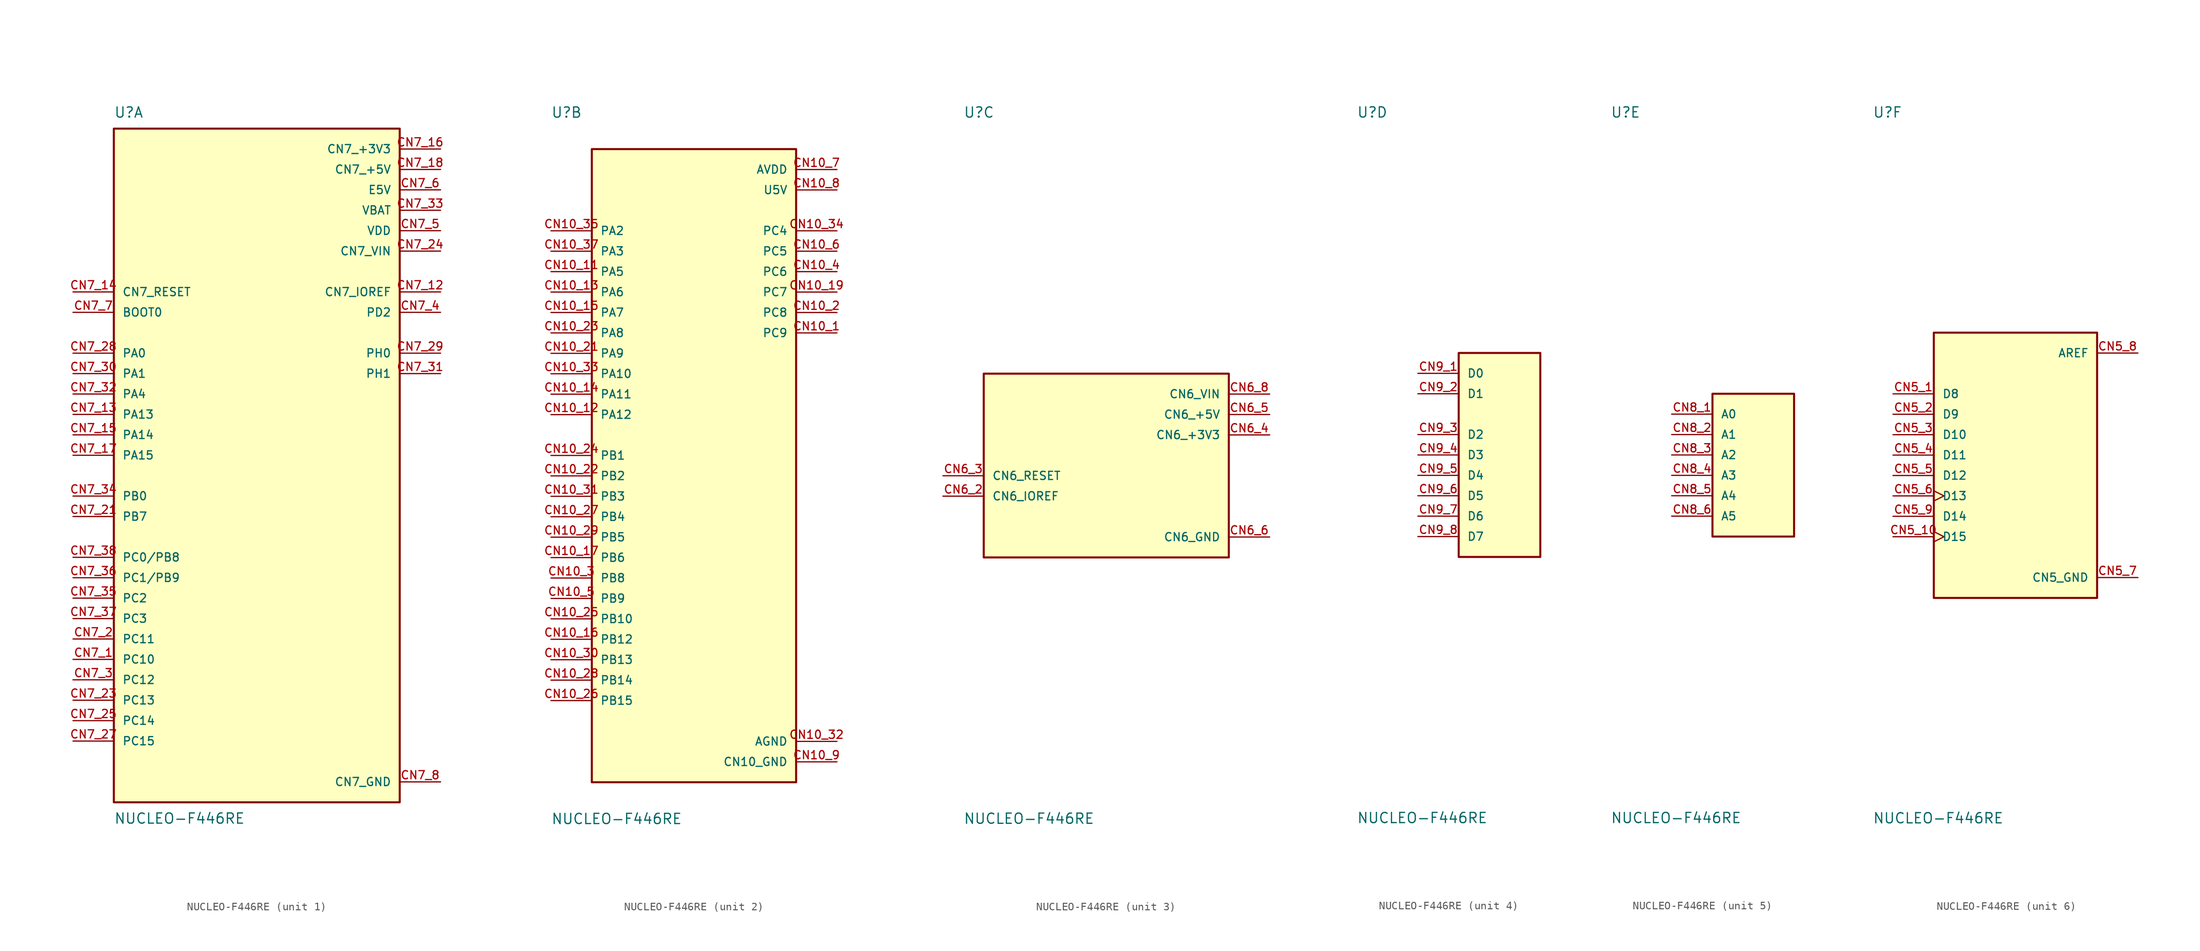
<source format=kicad_sym>
(kicad_symbol_lib
  (version 20241209)
  (generator "kicad_symbol_editor")
  (generator_version "9.0")
  (symbol "NUCLEO-F446RE"
    (pin_names
      (offset 1.016))
    (property "Reference" "U"
      (at -17.78 41.91 0)
      (effects (font (size 1.27 1.27)) (justify left bottom)))
    (property "Value" "NUCLEO-F446RE"
      (at -17.78 -44.45 0)
      (effects (font (size 1.27 1.27)) (justify left top)))
    (symbol "NUCLEO-F446RE_1_0"
      (rectangle (start -17.78 40.64) (end 17.78 -43.18) (stroke (width 0.254) (type default)) (fill (type background)))
      (pin bidirectional line (at -22.86 20.32 0) (length 5.08) (name "CN7_RESET" (effects (font (size 1.016 1.016)))) (number "CN7_14" (effects (font (size 1.016 1.016)))))
      (pin bidirectional line (at -22.86 17.78 0) (length 5.08) (name "BOOT0" (effects (font (size 1.016 1.016)))) (number "CN7_7" (effects (font (size 1.016 1.016)))))
      (pin bidirectional line (at -22.86 12.7 0) (length 5.08) (name "PA0" (effects (font (size 1.016 1.016)))) (number "CN7_28" (effects (font (size 1.016 1.016)))))
      (pin bidirectional line (at -22.86 10.16 0) (length 5.08) (name "PA1" (effects (font (size 1.016 1.016)))) (number "CN7_30" (effects (font (size 1.016 1.016)))))
      (pin bidirectional line (at -22.86 7.62 0) (length 5.08) (name "PA4" (effects (font (size 1.016 1.016)))) (number "CN7_32" (effects (font (size 1.016 1.016)))))
      (pin bidirectional line (at -22.86 5.08 0) (length 5.08) (name "PA13" (effects (font (size 1.016 1.016)))) (number "CN7_13" (effects (font (size 1.016 1.016)))))
      (pin bidirectional line (at -22.86 2.54 0) (length 5.08) (name "PA14" (effects (font (size 1.016 1.016)))) (number "CN7_15" (effects (font (size 1.016 1.016)))))
      (pin bidirectional line (at -22.86 0 0) (length 5.08) (name "PA15" (effects (font (size 1.016 1.016)))) (number "CN7_17" (effects (font (size 1.016 1.016)))))
      (pin bidirectional line (at -22.86 -5.08 0) (length 5.08) (name "PB0" (effects (font (size 1.016 1.016)))) (number "CN7_34" (effects (font (size 1.016 1.016)))))
      (pin bidirectional line (at -22.86 -7.62 0) (length 5.08) (name "PB7" (effects (font (size 1.016 1.016)))) (number "CN7_21" (effects (font (size 1.016 1.016)))))
      (pin bidirectional line (at -22.86 -12.7 0) (length 5.08) (name "PC0/PB8" (effects (font (size 1.016 1.016)))) (number "CN7_38" (effects (font (size 1.016 1.016)))))
      (pin bidirectional line (at -22.86 -15.24 0) (length 5.08) (name "PC1/PB9" (effects (font (size 1.016 1.016)))) (number "CN7_36" (effects (font (size 1.016 1.016)))))
      (pin bidirectional line (at -22.86 -17.78 0) (length 5.08) (name "PC2" (effects (font (size 1.016 1.016)))) (number "CN7_35" (effects (font (size 1.016 1.016)))))
      (pin bidirectional line (at -22.86 -20.32 0) (length 5.08) (name "PC3" (effects (font (size 1.016 1.016)))) (number "CN7_37" (effects (font (size 1.016 1.016)))))
      (pin bidirectional line (at -22.86 -22.86 0) (length 5.08) (name "PC11" (effects (font (size 1.016 1.016)))) (number "CN7_2" (effects (font (size 1.016 1.016)))))
      (pin bidirectional line (at -22.86 -25.4 0) (length 5.08) (name "PC10" (effects (font (size 1.016 1.016)))) (number "CN7_1" (effects (font (size 1.016 1.016)))))
      (pin bidirectional line (at -22.86 -27.94 0) (length 5.08) (name "PC12" (effects (font (size 1.016 1.016)))) (number "CN7_3" (effects (font (size 1.016 1.016)))))
      (pin bidirectional line (at -22.86 -30.48 0) (length 5.08) (name "PC13" (effects (font (size 1.016 1.016)))) (number "CN7_23" (effects (font (size 1.016 1.016)))))
      (pin bidirectional line (at -22.86 -33.02 0) (length 5.08) (name "PC14" (effects (font (size 1.016 1.016)))) (number "CN7_25" (effects (font (size 1.016 1.016)))))
      (pin bidirectional line (at -22.86 -35.56 0) (length 5.08) (name "PC15" (effects (font (size 1.016 1.016)))) (number "CN7_27" (effects (font (size 1.016 1.016)))))
      (pin power_in line (at 22.86 38.1 180) (length 5.08) (name "CN7_+3V3" (effects (font (size 1.016 1.016)))) (number "CN7_16" (effects (font (size 1.016 1.016)))))
      (pin power_in line (at 22.86 35.56 180) (length 5.08) (name "CN7_+5V" (effects (font (size 1.016 1.016)))) (number "CN7_18" (effects (font (size 1.016 1.016)))))
      (pin power_in line (at 22.86 33.02 180) (length 5.08) (name "E5V" (effects (font (size 1.016 1.016)))) (number "CN7_6" (effects (font (size 1.016 1.016)))))
      (pin power_in line (at 22.86 30.48 180) (length 5.08) (name "VBAT" (effects (font (size 1.016 1.016)))) (number "CN7_33" (effects (font (size 1.016 1.016)))))
      (pin power_in line (at 22.86 27.94 180) (length 5.08) (name "VDD" (effects (font (size 1.016 1.016)))) (number "CN7_5" (effects (font (size 1.016 1.016)))))
      (pin power_in line (at 22.86 25.4 180) (length 5.08) (name "CN7_VIN" (effects (font (size 1.016 1.016)))) (number "CN7_24" (effects (font (size 1.016 1.016)))))
      (pin bidirectional line (at 22.86 20.32 180) (length 5.08) (name "CN7_IOREF" (effects (font (size 1.016 1.016)))) (number "CN7_12" (effects (font (size 1.016 1.016)))))
      (pin bidirectional line (at 22.86 17.78 180) (length 5.08) (name "PD2" (effects (font (size 1.016 1.016)))) (number "CN7_4" (effects (font (size 1.016 1.016)))))
      (pin bidirectional line (at 22.86 12.7 180) (length 5.08) (name "PH0" (effects (font (size 1.016 1.016)))) (number "CN7_29" (effects (font (size 1.016 1.016)))))
      (pin bidirectional line (at 22.86 10.16 180) (length 5.08) (name "PH1" (effects (font (size 1.016 1.016)))) (number "CN7_31" (effects (font (size 1.016 1.016)))))
      (pin power_in line (at 22.86 -40.64 180) (length 5.08) (hide yes) (name "CN7_GND" (effects (font (size 1.016 1.016)))) (number "CN7_19" (effects (font (size 1.016 1.016)))))
      (pin power_in line (at 22.86 -40.64 180) (length 5.08) (hide yes) (name "CN7_GND" (effects (font (size 1.016 1.016)))) (number "CN7_20" (effects (font (size 1.016 1.016)))))
      (pin power_in line (at 22.86 -40.64 180) (length 5.08) (hide yes) (name "CN7_GND" (effects (font (size 1.016 1.016)))) (number "CN7_22" (effects (font (size 1.016 1.016)))))
      (pin power_in line (at 22.86 -40.64 180) (length 5.08) (name "CN7_GND" (effects (font (size 1.016 1.016)))) (number "CN7_8" (effects (font (size 1.016 1.016))))))
    (symbol "NUCLEO-F446RE_2_0"
      (rectangle (start -12.7 -40.64) (end 12.7 38.1) (stroke (width 0.254) (type default)) (fill (type background)))
      (pin bidirectional line (at -17.78 27.94 0) (length 5.08) (name "PA2" (effects (font (size 1.016 1.016)))) (number "CN10_35" (effects (font (size 1.016 1.016)))))
      (pin bidirectional line (at -17.78 25.4 0) (length 5.08) (name "PA3" (effects (font (size 1.016 1.016)))) (number "CN10_37" (effects (font (size 1.016 1.016)))))
      (pin bidirectional line (at -17.78 22.86 0) (length 5.08) (name "PA5" (effects (font (size 1.016 1.016)))) (number "CN10_11" (effects (font (size 1.016 1.016)))))
      (pin bidirectional line (at -17.78 20.32 0) (length 5.08) (name "PA6" (effects (font (size 1.016 1.016)))) (number "CN10_13" (effects (font (size 1.016 1.016)))))
      (pin bidirectional line (at -17.78 17.78 0) (length 5.08) (name "PA7" (effects (font (size 1.016 1.016)))) (number "CN10_15" (effects (font (size 1.016 1.016)))))
      (pin bidirectional line (at -17.78 15.24 0) (length 5.08) (name "PA8" (effects (font (size 1.016 1.016)))) (number "CN10_23" (effects (font (size 1.016 1.016)))))
      (pin bidirectional line (at -17.78 12.7 0) (length 5.08) (name "PA9" (effects (font (size 1.016 1.016)))) (number "CN10_21" (effects (font (size 1.016 1.016)))))
      (pin bidirectional line (at -17.78 10.16 0) (length 5.08) (name "PA10" (effects (font (size 1.016 1.016)))) (number "CN10_33" (effects (font (size 1.016 1.016)))))
      (pin bidirectional line (at -17.78 7.62 0) (length 5.08) (name "PA11" (effects (font (size 1.016 1.016)))) (number "CN10_14" (effects (font (size 1.016 1.016)))))
      (pin bidirectional line (at -17.78 5.08 0) (length 5.08) (name "PA12" (effects (font (size 1.016 1.016)))) (number "CN10_12" (effects (font (size 1.016 1.016)))))
      (pin bidirectional line (at -17.78 0 0) (length 5.08) (name "PB1" (effects (font (size 1.016 1.016)))) (number "CN10_24" (effects (font (size 1.016 1.016)))))
      (pin bidirectional line (at -17.78 -2.54 0) (length 5.08) (name "PB2" (effects (font (size 1.016 1.016)))) (number "CN10_22" (effects (font (size 1.016 1.016)))))
      (pin bidirectional line (at -17.78 -5.08 0) (length 5.08) (name "PB3" (effects (font (size 1.016 1.016)))) (number "CN10_31" (effects (font (size 1.016 1.016)))))
      (pin bidirectional line (at -17.78 -7.62 0) (length 5.08) (name "PB4" (effects (font (size 1.016 1.016)))) (number "CN10_27" (effects (font (size 1.016 1.016)))))
      (pin bidirectional line (at -17.78 -10.16 0) (length 5.08) (name "PB5" (effects (font (size 1.016 1.016)))) (number "CN10_29" (effects (font (size 1.016 1.016)))))
      (pin bidirectional line (at -17.78 -12.7 0) (length 5.08) (name "PB6" (effects (font (size 1.016 1.016)))) (number "CN10_17" (effects (font (size 1.016 1.016)))))
      (pin bidirectional line (at -17.78 -15.24 0) (length 5.08) (name "PB8" (effects (font (size 1.016 1.016)))) (number "CN10_3" (effects (font (size 1.016 1.016)))))
      (pin bidirectional line (at -17.78 -17.78 0) (length 5.08) (name "PB9" (effects (font (size 1.016 1.016)))) (number "CN10_5" (effects (font (size 1.016 1.016)))))
      (pin bidirectional line (at -17.78 -20.32 0) (length 5.08) (name "PB10" (effects (font (size 1.016 1.016)))) (number "CN10_25" (effects (font (size 1.016 1.016)))))
      (pin bidirectional line (at -17.78 -22.86 0) (length 5.08) (name "PB12" (effects (font (size 1.016 1.016)))) (number "CN10_16" (effects (font (size 1.016 1.016)))))
      (pin bidirectional line (at -17.78 -25.4 0) (length 5.08) (name "PB13" (effects (font (size 1.016 1.016)))) (number "CN10_30" (effects (font (size 1.016 1.016)))))
      (pin bidirectional line (at -17.78 -27.94 0) (length 5.08) (name "PB14" (effects (font (size 1.016 1.016)))) (number "CN10_28" (effects (font (size 1.016 1.016)))))
      (pin bidirectional line (at -17.78 -30.48 0) (length 5.08) (name "PB15" (effects (font (size 1.016 1.016)))) (number "CN10_26" (effects (font (size 1.016 1.016)))))
      (pin power_in line (at 17.78 35.56 180) (length 5.08) (name "AVDD" (effects (font (size 1.016 1.016)))) (number "CN10_7" (effects (font (size 1.016 1.016)))))
      (pin power_in line (at 17.78 33.02 180) (length 5.08) (name "U5V" (effects (font (size 1.016 1.016)))) (number "CN10_8" (effects (font (size 1.016 1.016)))))
      (pin bidirectional line (at 17.78 27.94 180) (length 5.08) (name "PC4" (effects (font (size 1.016 1.016)))) (number "CN10_34" (effects (font (size 1.016 1.016)))))
      (pin bidirectional line (at 17.78 25.4 180) (length 5.08) (name "PC5" (effects (font (size 1.016 1.016)))) (number "CN10_6" (effects (font (size 1.016 1.016)))))
      (pin bidirectional line (at 17.78 22.86 180) (length 5.08) (name "PC6" (effects (font (size 1.016 1.016)))) (number "CN10_4" (effects (font (size 1.016 1.016)))))
      (pin bidirectional line (at 17.78 20.32 180) (length 5.08) (name "PC7" (effects (font (size 1.016 1.016)))) (number "CN10_19" (effects (font (size 1.016 1.016)))))
      (pin bidirectional line (at 17.78 17.78 180) (length 5.08) (name "PC8" (effects (font (size 1.016 1.016)))) (number "CN10_2" (effects (font (size 1.016 1.016)))))
      (pin bidirectional line (at 17.78 15.24 180) (length 5.08) (name "PC9" (effects (font (size 1.016 1.016)))) (number "CN10_1" (effects (font (size 1.016 1.016)))))
      (pin power_in line (at 17.78 -35.56 180) (length 5.08) (name "AGND" (effects (font (size 1.016 1.016)))) (number "CN10_32" (effects (font (size 1.016 1.016)))))
      (pin power_in line (at 17.78 -38.1 180) (length 5.08) (hide yes) (name "CN10_GND" (effects (font (size 1.016 1.016)))) (number "CN10_20" (effects (font (size 1.016 1.016)))))
      (pin power_in line (at 17.78 -38.1 180) (length 5.08) (name "CN10_GND" (effects (font (size 1.016 1.016)))) (number "CN10_9" (effects (font (size 1.016 1.016))))))
    (symbol "NUCLEO-F446RE_3_0"
      (rectangle (start -15.24 -12.7) (end 15.24 10.16) (stroke (width 0.254) (type default)) (fill (type background)))
      (pin bidirectional line (at -20.32 -2.54 0) (length 5.08) (name "CN6_RESET" (effects (font (size 1.016 1.016)))) (number "CN6_3" (effects (font (size 1.016 1.016)))))
      (pin bidirectional line (at -20.32 -5.08 0) (length 5.08) (name "CN6_IOREF" (effects (font (size 1.016 1.016)))) (number "CN6_2" (effects (font (size 1.016 1.016)))))
      (pin power_in line (at 20.32 7.62 180) (length 5.08) (name "CN6_VIN" (effects (font (size 1.016 1.016)))) (number "CN6_8" (effects (font (size 1.016 1.016)))))
      (pin power_in line (at 20.32 5.08 180) (length 5.08) (name "CN6_+5V" (effects (font (size 1.016 1.016)))) (number "CN6_5" (effects (font (size 1.016 1.016)))))
      (pin power_in line (at 20.32 2.54 180) (length 5.08) (name "CN6_+3V3" (effects (font (size 1.016 1.016)))) (number "CN6_4" (effects (font (size 1.016 1.016)))))
      (pin power_in line (at 20.32 -10.16 180) (length 5.08) (name "CN6_GND" (effects (font (size 1.016 1.016)))) (number "CN6_6" (effects (font (size 1.016 1.016)))))
      (pin power_in line (at 20.32 -10.16 180) (length 5.08) (hide yes) (name "CN6_GND" (effects (font (size 1.016 1.016)))) (number "CN6_7" (effects (font (size 1.016 1.016))))))
    (symbol "NUCLEO-F446RE_4_0"
      (rectangle (start -5.08 -12.7) (end 5.08 12.7) (stroke (width 0.254) (type default)) (fill (type background)))
      (pin input line (at -10.16 10.16 0) (length 5.08) (name "D0" (effects (font (size 1.016 1.016)))) (number "CN9_1" (effects (font (size 1.016 1.016)))))
      (pin output line (at -10.16 7.62 0) (length 5.08) (name "D1" (effects (font (size 1.016 1.016)))) (number "CN9_2" (effects (font (size 1.016 1.016)))))
      (pin bidirectional line (at -10.16 2.54 0) (length 5.08) (name "D2" (effects (font (size 1.016 1.016)))) (number "CN9_3" (effects (font (size 1.016 1.016)))))
      (pin bidirectional line (at -10.16 0 0) (length 5.08) (name "D3" (effects (font (size 1.016 1.016)))) (number "CN9_4" (effects (font (size 1.016 1.016)))))
      (pin bidirectional line (at -10.16 -2.54 0) (length 5.08) (name "D4" (effects (font (size 1.016 1.016)))) (number "CN9_5" (effects (font (size 1.016 1.016)))))
      (pin bidirectional line (at -10.16 -5.08 0) (length 5.08) (name "D5" (effects (font (size 1.016 1.016)))) (number "CN9_6" (effects (font (size 1.016 1.016)))))
      (pin bidirectional line (at -10.16 -7.62 0) (length 5.08) (name "D6" (effects (font (size 1.016 1.016)))) (number "CN9_7" (effects (font (size 1.016 1.016)))))
      (pin bidirectional line (at -10.16 -10.16 0) (length 5.08) (name "D7" (effects (font (size 1.016 1.016)))) (number "CN9_8" (effects (font (size 1.016 1.016))))))
    (symbol "NUCLEO-F446RE_5_0"
      (rectangle (start -5.08 -10.16) (end 5.08 7.62) (stroke (width 0.254) (type default)) (fill (type background)))
      (pin input line (at -10.16 5.08 0) (length 5.08) (name "A0" (effects (font (size 1.016 1.016)))) (number "CN8_1" (effects (font (size 1.016 1.016)))))
      (pin input line (at -10.16 2.54 0) (length 5.08) (name "A1" (effects (font (size 1.016 1.016)))) (number "CN8_2" (effects (font (size 1.016 1.016)))))
      (pin input line (at -10.16 0 0) (length 5.08) (name "A2" (effects (font (size 1.016 1.016)))) (number "CN8_3" (effects (font (size 1.016 1.016)))))
      (pin input line (at -10.16 -2.54 0) (length 5.08) (name "A3" (effects (font (size 1.016 1.016)))) (number "CN8_4" (effects (font (size 1.016 1.016)))))
      (pin input line (at -10.16 -5.08 0) (length 5.08) (name "A4" (effects (font (size 1.016 1.016)))) (number "CN8_5" (effects (font (size 1.016 1.016)))))
      (pin input line (at -10.16 -7.62 0) (length 5.08) (name "A5" (effects (font (size 1.016 1.016)))) (number "CN8_6" (effects (font (size 1.016 1.016))))))
    (symbol "NUCLEO-F446RE_6_0"
      (rectangle (start -10.16 -17.78) (end 10.16 15.24) (stroke (width 0.254) (type default)) (fill (type background)))
      (pin bidirectional line (at -15.24 7.62 0) (length 5.08) (name "D8" (effects (font (size 1.016 1.016)))) (number "CN5_1" (effects (font (size 1.016 1.016)))))
      (pin bidirectional line (at -15.24 5.08 0) (length 5.08) (name "D9" (effects (font (size 1.016 1.016)))) (number "CN5_2" (effects (font (size 1.016 1.016)))))
      (pin bidirectional line (at -15.24 2.54 0) (length 5.08) (name "D10" (effects (font (size 1.016 1.016)))) (number "CN5_3" (effects (font (size 1.016 1.016)))))
      (pin bidirectional line (at -15.24 0 0) (length 5.08) (name "D11" (effects (font (size 1.016 1.016)))) (number "CN5_4" (effects (font (size 1.016 1.016)))))
      (pin bidirectional line (at -15.24 -2.54 0) (length 5.08) (name "D12" (effects (font (size 1.016 1.016)))) (number "CN5_5" (effects (font (size 1.016 1.016)))))
      (pin bidirectional clock (at -15.24 -5.08 0) (length 5.08) (name "D13" (effects (font (size 1.016 1.016)))) (number "CN5_6" (effects (font (size 1.016 1.016)))))
      (pin bidirectional line (at -15.24 -7.62 0) (length 5.08) (name "D14" (effects (font (size 1.016 1.016)))) (number "CN5_9" (effects (font (size 1.016 1.016)))))
      (pin bidirectional clock (at -15.24 -10.16 0) (length 5.08) (name "D15" (effects (font (size 1.016 1.016)))) (number "CN5_10" (effects (font (size 1.016 1.016)))))
      (pin power_in line (at 15.24 12.7 180) (length 5.08) (name "AREF" (effects (font (size 1.016 1.016)))) (number "CN5_8" (effects (font (size 1.016 1.016)))))
      (pin power_in line (at 15.24 -15.24 180) (length 5.08) (name "CN5_GND" (effects (font (size 1.016 1.016)))) (number "CN5_7" (effects (font (size 1.016 1.016))))))))
</source>
